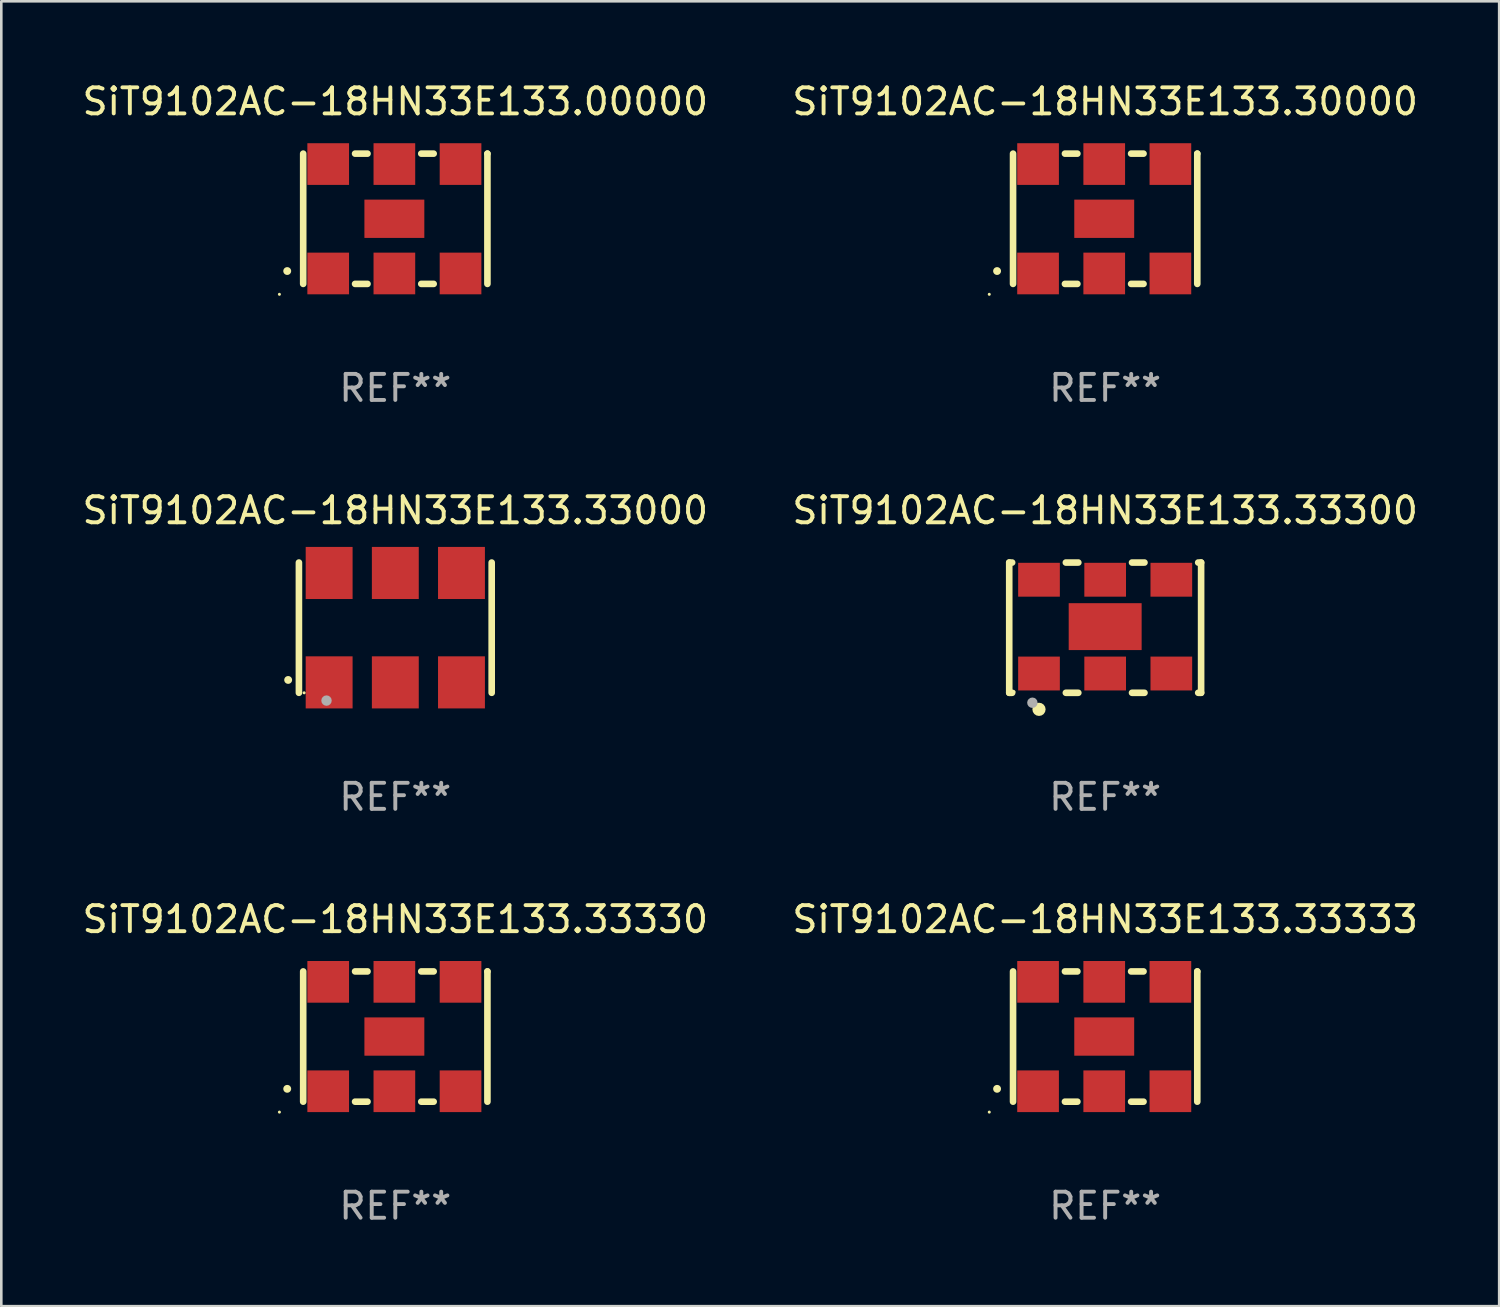
<source format=kicad_pcb>
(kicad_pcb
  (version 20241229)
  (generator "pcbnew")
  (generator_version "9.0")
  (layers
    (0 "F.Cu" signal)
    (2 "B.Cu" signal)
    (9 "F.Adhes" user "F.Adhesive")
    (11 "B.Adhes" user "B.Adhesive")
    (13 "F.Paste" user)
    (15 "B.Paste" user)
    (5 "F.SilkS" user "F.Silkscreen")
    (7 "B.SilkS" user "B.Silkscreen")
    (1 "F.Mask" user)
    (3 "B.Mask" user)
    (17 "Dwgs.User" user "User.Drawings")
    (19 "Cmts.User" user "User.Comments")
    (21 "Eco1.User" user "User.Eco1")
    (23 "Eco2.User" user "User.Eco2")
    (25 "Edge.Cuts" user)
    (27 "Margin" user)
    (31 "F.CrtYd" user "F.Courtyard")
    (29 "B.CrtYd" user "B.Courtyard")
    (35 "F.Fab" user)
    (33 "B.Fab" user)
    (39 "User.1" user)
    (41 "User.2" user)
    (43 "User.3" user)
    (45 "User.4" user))
  (footprint "SiT9102AC-18HN33E133.33000"
    (layer "F.Cu")
    (at 12.125 21.045)
    (property "Reference" "SiT9102AC-18HN33E133.33000" (at 0 -4.5 0) (layer "F.SilkS") (effects (font (size 1 1) (thickness 0.15))))
    (attr through_hole)
    (fp_line (start -3.7 -2.5) (end -3.7 2.5) (stroke (width 0.254) (type solid)) (layer "F.SilkS"))
    (fp_line (start 3.7 -2.5) (end 3.7 2.5) (stroke (width 0.254) (type solid)) (layer "F.SilkS"))
    (fp_arc (start -4.114415 2.006604) (mid -4.113145 2.006599) (end -4.111875 2.006604) (stroke (width 0.3) (type solid)) (layer "F.SilkS"))
    (fp_circle (center -3.5 2.501) (end -3.47 2.501) (stroke (width 0.06) (type solid)) (fill no) (layer "F.SilkS"))
    (fp_circle (center -2.641 2.799) (end -2.541 2.799) (stroke (width 0.2) (type solid)) (fill no) (layer "F.Fab"))
    (fp_text user "REF**" (at 0 6.5 0) (layer "F.Fab") (effects (font (size 1 1) (thickness 0.15))))
    (pad "1" smd rect (at -2.54 2.1) (size 1.8 2) (layers "F.Cu" "F.Mask" "F.Paste"))
    (pad "2" smd rect (at 0.000394 2.1) (size 1.8 2) (layers "F.Cu" "F.Mask" "F.Paste"))
    (pad "3" smd rect (at 2.54 2.1) (size 1.8 2) (layers "F.Cu" "F.Mask" "F.Paste"))
    (pad "4" smd rect (at 2.54 -2.1) (size 1.8 2) (layers "F.Cu" "F.Mask" "F.Paste"))
    (pad "5" smd rect (at 0.000394 -2.1) (size 1.8 2) (layers "F.Cu" "F.Mask" "F.Paste"))
    (pad "6" smd rect (at -2.54 -2.1) (size 1.8 2) (layers "F.Cu" "F.Mask" "F.Paste")))
  (footprint "SiT9102AC-18HN33E133.33330"
    (layer "F.Cu")
    (at 12.125 36.741)
    (property "Reference" "SiT9102AC-18HN33E133.33330" (at 0 -4.5 0) (layer "F.SilkS") (effects (font (size 1 1) (thickness 0.15))))
    (attr through_hole)
    (fp_line (start -3.536 -2.5) (end -3.536 2.5) (stroke (width 0.254) (type solid)) (layer "F.SilkS"))
    (fp_line (start -1.544 2.5) (end -1.067 2.5) (stroke (width 0.254) (type solid)) (layer "F.SilkS"))
    (fp_line (start -1.067 -2.5) (end -1.544 -2.5) (stroke (width 0.254) (type solid)) (layer "F.SilkS"))
    (fp_line (start 0.996 2.5) (end 1.473 2.5) (stroke (width 0.254) (type solid)) (layer "F.SilkS"))
    (fp_line (start 1.473 -2.5) (end 0.996 -2.5) (stroke (width 0.254) (type solid)) (layer "F.SilkS"))
    (fp_line (start 3.536 -2.5) (end 3.536 -2.5) (stroke (width 0.254) (type solid)) (layer "F.SilkS"))
    (fp_line (start 3.536 2.5) (end 3.536 -2.5) (stroke (width 0.254) (type solid)) (layer "F.SilkS"))
    (fp_arc (start -4.150432 2.006604) (mid -4.149162 2.006599) (end -4.147892 2.006604) (stroke (width 0.3) (type solid)) (layer "F.SilkS"))
    (fp_circle (center -4.449 2.9) (end -4.419 2.9) (stroke (width 0.06) (type solid)) (fill no) (layer "F.SilkS"))
    (fp_text user "REF**" (at 0 6.5 0) (layer "F.Fab") (effects (font (size 1 1) (thickness 0.15))))
    (pad "1" smd rect (at -2.576 2.1) (size 1.6 1.6) (layers "F.Cu" "F.Mask" "F.Paste"))
    (pad "2" smd rect (at -0.036 2.1) (size 1.6 1.6) (layers "F.Cu" "F.Mask" "F.Paste"))
    (pad "3" smd rect (at 2.504 2.1) (size 1.6 1.6) (layers "F.Cu" "F.Mask" "F.Paste"))
    (pad "4" smd rect (at 2.504 -2.1) (size 1.6 1.6) (layers "F.Cu" "F.Mask" "F.Paste"))
    (pad "5" smd rect (at -0.036 -2.1) (size 1.6 1.6) (layers "F.Cu" "F.Mask" "F.Paste"))
    (pad "6" smd rect (at -2.576 -2.1) (size 1.6 1.6) (layers "F.Cu" "F.Mask" "F.Paste"))
    (pad "7" smd rect (at -0.036 0) (size 2.3 1.47) (layers "F.Cu" "F.Mask" "F.Paste")))
  (footprint "SiT9102AC-18HN33E133.33300"
    (layer "F.Cu")
    (at 39.375 21.045)
    (property "Reference" "SiT9102AC-18HN33E133.33300" (at 0 -4.5 0) (layer "F.SilkS") (effects (font (size 1 1) (thickness 0.15))))
    (attr through_hole)
    (fp_line (start -3.683 -2.5) (end -3.571 -2.5) (stroke (width 0.254) (type solid)) (layer "F.SilkS"))
    (fp_line (start -3.683 2.5) (end -3.683 -2.5) (stroke (width 0.254) (type solid)) (layer "F.SilkS"))
    (fp_line (start -3.683 2.5) (end -3.571 2.5) (stroke (width 0.254) (type solid)) (layer "F.SilkS"))
    (fp_line (start -1.509 -2.5) (end -1.031 -2.5) (stroke (width 0.254) (type solid)) (layer "F.SilkS"))
    (fp_line (start -1.509 2.5) (end -1.031 2.5) (stroke (width 0.254) (type solid)) (layer "F.SilkS"))
    (fp_line (start 1.031 -2.5) (end 1.509 -2.5) (stroke (width 0.254) (type solid)) (layer "F.SilkS"))
    (fp_line (start 1.031 2.5) (end 1.509 2.5) (stroke (width 0.254) (type solid)) (layer "F.SilkS"))
    (fp_line (start 3.571 -2.5) (end 3.683 -2.5) (stroke (width 0.254) (type solid)) (layer "F.SilkS"))
    (fp_line (start 3.571 2.5) (end 3.683 2.5) (stroke (width 0.254) (type solid)) (layer "F.SilkS"))
    (fp_line (start 3.683 2.5) (end 3.683 -2.5) (stroke (width 0.254) (type solid)) (layer "F.SilkS"))
    (fp_circle (center -3.5 2.46) (end -3.47 2.46) (stroke (width 0.06) (type solid)) (fill no) (layer "F.SilkS"))
    (fp_circle (center -2.54 3.135) (end -2.413 3.135) (stroke (width 0.254) (type solid)) (fill no) (layer "F.SilkS"))
    (fp_circle (center -2.794 2.881) (end -2.694 2.881) (stroke (width 0.2) (type solid)) (fill no) (layer "F.Fab"))
    (fp_text user "REF**" (at 0 6.5 0) (layer "F.Fab") (effects (font (size 1 1) (thickness 0.15))))
    (pad "1" smd rect (at -2.54 1.76) (size 1.6 1.3) (layers "F.Cu" "F.Mask" "F.Paste"))
    (pad "2" smd rect (at 0 1.76) (size 1.6 1.3) (layers "F.Cu" "F.Mask" "F.Paste"))
    (pad "3" smd rect (at 2.54 1.76) (size 1.6 1.3) (layers "F.Cu" "F.Mask" "F.Paste"))
    (pad "4" smd rect (at 2.54 -1.84) (size 1.6 1.3) (layers "F.Cu" "F.Mask" "F.Paste"))
    (pad "5" smd rect (at 0 -1.84) (size 1.6 1.3) (layers "F.Cu" "F.Mask" "F.Paste"))
    (pad "6" smd rect (at -2.54 -1.84) (size 1.6 1.3) (layers "F.Cu" "F.Mask" "F.Paste"))
    (pad "7" smd rect (at 0 -0.04) (size 2.8 1.8) (layers "F.Cu" "F.Mask" "F.Paste")))
  (footprint "SiT9102AC-18HN33E133.00000"
    (layer "F.Cu")
    (at 12.125 5.348)
    (property "Reference" "SiT9102AC-18HN33E133.00000" (at 0 -4.5 0) (layer "F.SilkS") (effects (font (size 1 1) (thickness 0.15))))
    (attr through_hole)
    (fp_line (start -3.536 -2.5) (end -3.536 2.5) (stroke (width 0.254) (type solid)) (layer "F.SilkS"))
    (fp_line (start -1.544 2.5) (end -1.067 2.5) (stroke (width 0.254) (type solid)) (layer "F.SilkS"))
    (fp_line (start -1.067 -2.5) (end -1.544 -2.5) (stroke (width 0.254) (type solid)) (layer "F.SilkS"))
    (fp_line (start 0.996 2.5) (end 1.473 2.5) (stroke (width 0.254) (type solid)) (layer "F.SilkS"))
    (fp_line (start 1.473 -2.5) (end 0.996 -2.5) (stroke (width 0.254) (type solid)) (layer "F.SilkS"))
    (fp_line (start 3.536 -2.5) (end 3.536 -2.5) (stroke (width 0.254) (type solid)) (layer "F.SilkS"))
    (fp_line (start 3.536 2.5) (end 3.536 -2.5) (stroke (width 0.254) (type solid)) (layer "F.SilkS"))
    (fp_arc (start -4.150432 2.006604) (mid -4.149162 2.006599) (end -4.147892 2.006604) (stroke (width 0.3) (type solid)) (layer "F.SilkS"))
    (fp_circle (center -4.449 2.9) (end -4.419 2.9) (stroke (width 0.06) (type solid)) (fill no) (layer "F.SilkS"))
    (fp_text user "REF**" (at 0 6.5 0) (layer "F.Fab") (effects (font (size 1 1) (thickness 0.15))))
    (pad "1" smd rect (at -2.576 2.1) (size 1.6 1.6) (layers "F.Cu" "F.Mask" "F.Paste"))
    (pad "2" smd rect (at -0.036 2.1) (size 1.6 1.6) (layers "F.Cu" "F.Mask" "F.Paste"))
    (pad "3" smd rect (at 2.504 2.1) (size 1.6 1.6) (layers "F.Cu" "F.Mask" "F.Paste"))
    (pad "4" smd rect (at 2.504 -2.1) (size 1.6 1.6) (layers "F.Cu" "F.Mask" "F.Paste"))
    (pad "5" smd rect (at -0.036 -2.1) (size 1.6 1.6) (layers "F.Cu" "F.Mask" "F.Paste"))
    (pad "6" smd rect (at -2.576 -2.1) (size 1.6 1.6) (layers "F.Cu" "F.Mask" "F.Paste"))
    (pad "7" smd rect (at -0.036 0) (size 2.3 1.47) (layers "F.Cu" "F.Mask" "F.Paste")))
  (footprint "SiT9102AC-18HN33E133.33333"
    (layer "F.Cu")
    (at 39.375 36.741)
    (property "Reference" "SiT9102AC-18HN33E133.33333" (at 0 -4.5 0) (layer "F.SilkS") (effects (font (size 1 1) (thickness 0.15))))
    (attr through_hole)
    (fp_line (start -3.536 -2.5) (end -3.536 2.5) (stroke (width 0.254) (type solid)) (layer "F.SilkS"))
    (fp_line (start -1.544 2.5) (end -1.067 2.5) (stroke (width 0.254) (type solid)) (layer "F.SilkS"))
    (fp_line (start -1.067 -2.5) (end -1.544 -2.5) (stroke (width 0.254) (type solid)) (layer "F.SilkS"))
    (fp_line (start 0.996 2.5) (end 1.473 2.5) (stroke (width 0.254) (type solid)) (layer "F.SilkS"))
    (fp_line (start 1.473 -2.5) (end 0.996 -2.5) (stroke (width 0.254) (type solid)) (layer "F.SilkS"))
    (fp_line (start 3.536 -2.5) (end 3.536 -2.5) (stroke (width 0.254) (type solid)) (layer "F.SilkS"))
    (fp_line (start 3.536 2.5) (end 3.536 -2.5) (stroke (width 0.254) (type solid)) (layer "F.SilkS"))
    (fp_arc (start -4.150432 2.006604) (mid -4.149162 2.006599) (end -4.147892 2.006604) (stroke (width 0.3) (type solid)) (layer "F.SilkS"))
    (fp_circle (center -4.449 2.9) (end -4.419 2.9) (stroke (width 0.06) (type solid)) (fill no) (layer "F.SilkS"))
    (fp_text user "REF**" (at 0 6.5 0) (layer "F.Fab") (effects (font (size 1 1) (thickness 0.15))))
    (pad "1" smd rect (at -2.576 2.1) (size 1.6 1.6) (layers "F.Cu" "F.Mask" "F.Paste"))
    (pad "2" smd rect (at -0.036 2.1) (size 1.6 1.6) (layers "F.Cu" "F.Mask" "F.Paste"))
    (pad "3" smd rect (at 2.504 2.1) (size 1.6 1.6) (layers "F.Cu" "F.Mask" "F.Paste"))
    (pad "4" smd rect (at 2.504 -2.1) (size 1.6 1.6) (layers "F.Cu" "F.Mask" "F.Paste"))
    (pad "5" smd rect (at -0.036 -2.1) (size 1.6 1.6) (layers "F.Cu" "F.Mask" "F.Paste"))
    (pad "6" smd rect (at -2.576 -2.1) (size 1.6 1.6) (layers "F.Cu" "F.Mask" "F.Paste"))
    (pad "7" smd rect (at -0.036 0) (size 2.3 1.47) (layers "F.Cu" "F.Mask" "F.Paste")))
  (footprint "SiT9102AC-18HN33E133.30000"
    (layer "F.Cu")
    (at 39.375 5.348)
    (property "Reference" "SiT9102AC-18HN33E133.30000" (at 0 -4.5 0) (layer "F.SilkS") (effects (font (size 1 1) (thickness 0.15))))
    (attr through_hole)
    (fp_line (start -3.536 -2.5) (end -3.536 2.5) (stroke (width 0.254) (type solid)) (layer "F.SilkS"))
    (fp_line (start -1.544 2.5) (end -1.067 2.5) (stroke (width 0.254) (type solid)) (layer "F.SilkS"))
    (fp_line (start -1.067 -2.5) (end -1.544 -2.5) (stroke (width 0.254) (type solid)) (layer "F.SilkS"))
    (fp_line (start 0.996 2.5) (end 1.473 2.5) (stroke (width 0.254) (type solid)) (layer "F.SilkS"))
    (fp_line (start 1.473 -2.5) (end 0.996 -2.5) (stroke (width 0.254) (type solid)) (layer "F.SilkS"))
    (fp_line (start 3.536 -2.5) (end 3.536 -2.5) (stroke (width 0.254) (type solid)) (layer "F.SilkS"))
    (fp_line (start 3.536 2.5) (end 3.536 -2.5) (stroke (width 0.254) (type solid)) (layer "F.SilkS"))
    (fp_arc (start -4.150432 2.006604) (mid -4.149162 2.006599) (end -4.147892 2.006604) (stroke (width 0.3) (type solid)) (layer "F.SilkS"))
    (fp_circle (center -4.449 2.9) (end -4.419 2.9) (stroke (width 0.06) (type solid)) (fill no) (layer "F.SilkS"))
    (fp_text user "REF**" (at 0 6.5 0) (layer "F.Fab") (effects (font (size 1 1) (thickness 0.15))))
    (pad "1" smd rect (at -2.576 2.1) (size 1.6 1.6) (layers "F.Cu" "F.Mask" "F.Paste"))
    (pad "2" smd rect (at -0.036 2.1) (size 1.6 1.6) (layers "F.Cu" "F.Mask" "F.Paste"))
    (pad "3" smd rect (at 2.504 2.1) (size 1.6 1.6) (layers "F.Cu" "F.Mask" "F.Paste"))
    (pad "4" smd rect (at 2.504 -2.1) (size 1.6 1.6) (layers "F.Cu" "F.Mask" "F.Paste"))
    (pad "5" smd rect (at -0.036 -2.1) (size 1.6 1.6) (layers "F.Cu" "F.Mask" "F.Paste"))
    (pad "6" smd rect (at -2.576 -2.1) (size 1.6 1.6) (layers "F.Cu" "F.Mask" "F.Paste"))
    (pad "7" smd rect (at -0.036 0) (size 2.3 1.47) (layers "F.Cu" "F.Mask" "F.Paste")))
  (gr_rect
    (start -3 -3)
    (end 54.5 47.09)
    (stroke (width 0.1) (type default))
    (fill no)
    (layer "Edge.Cuts")))
</source>
